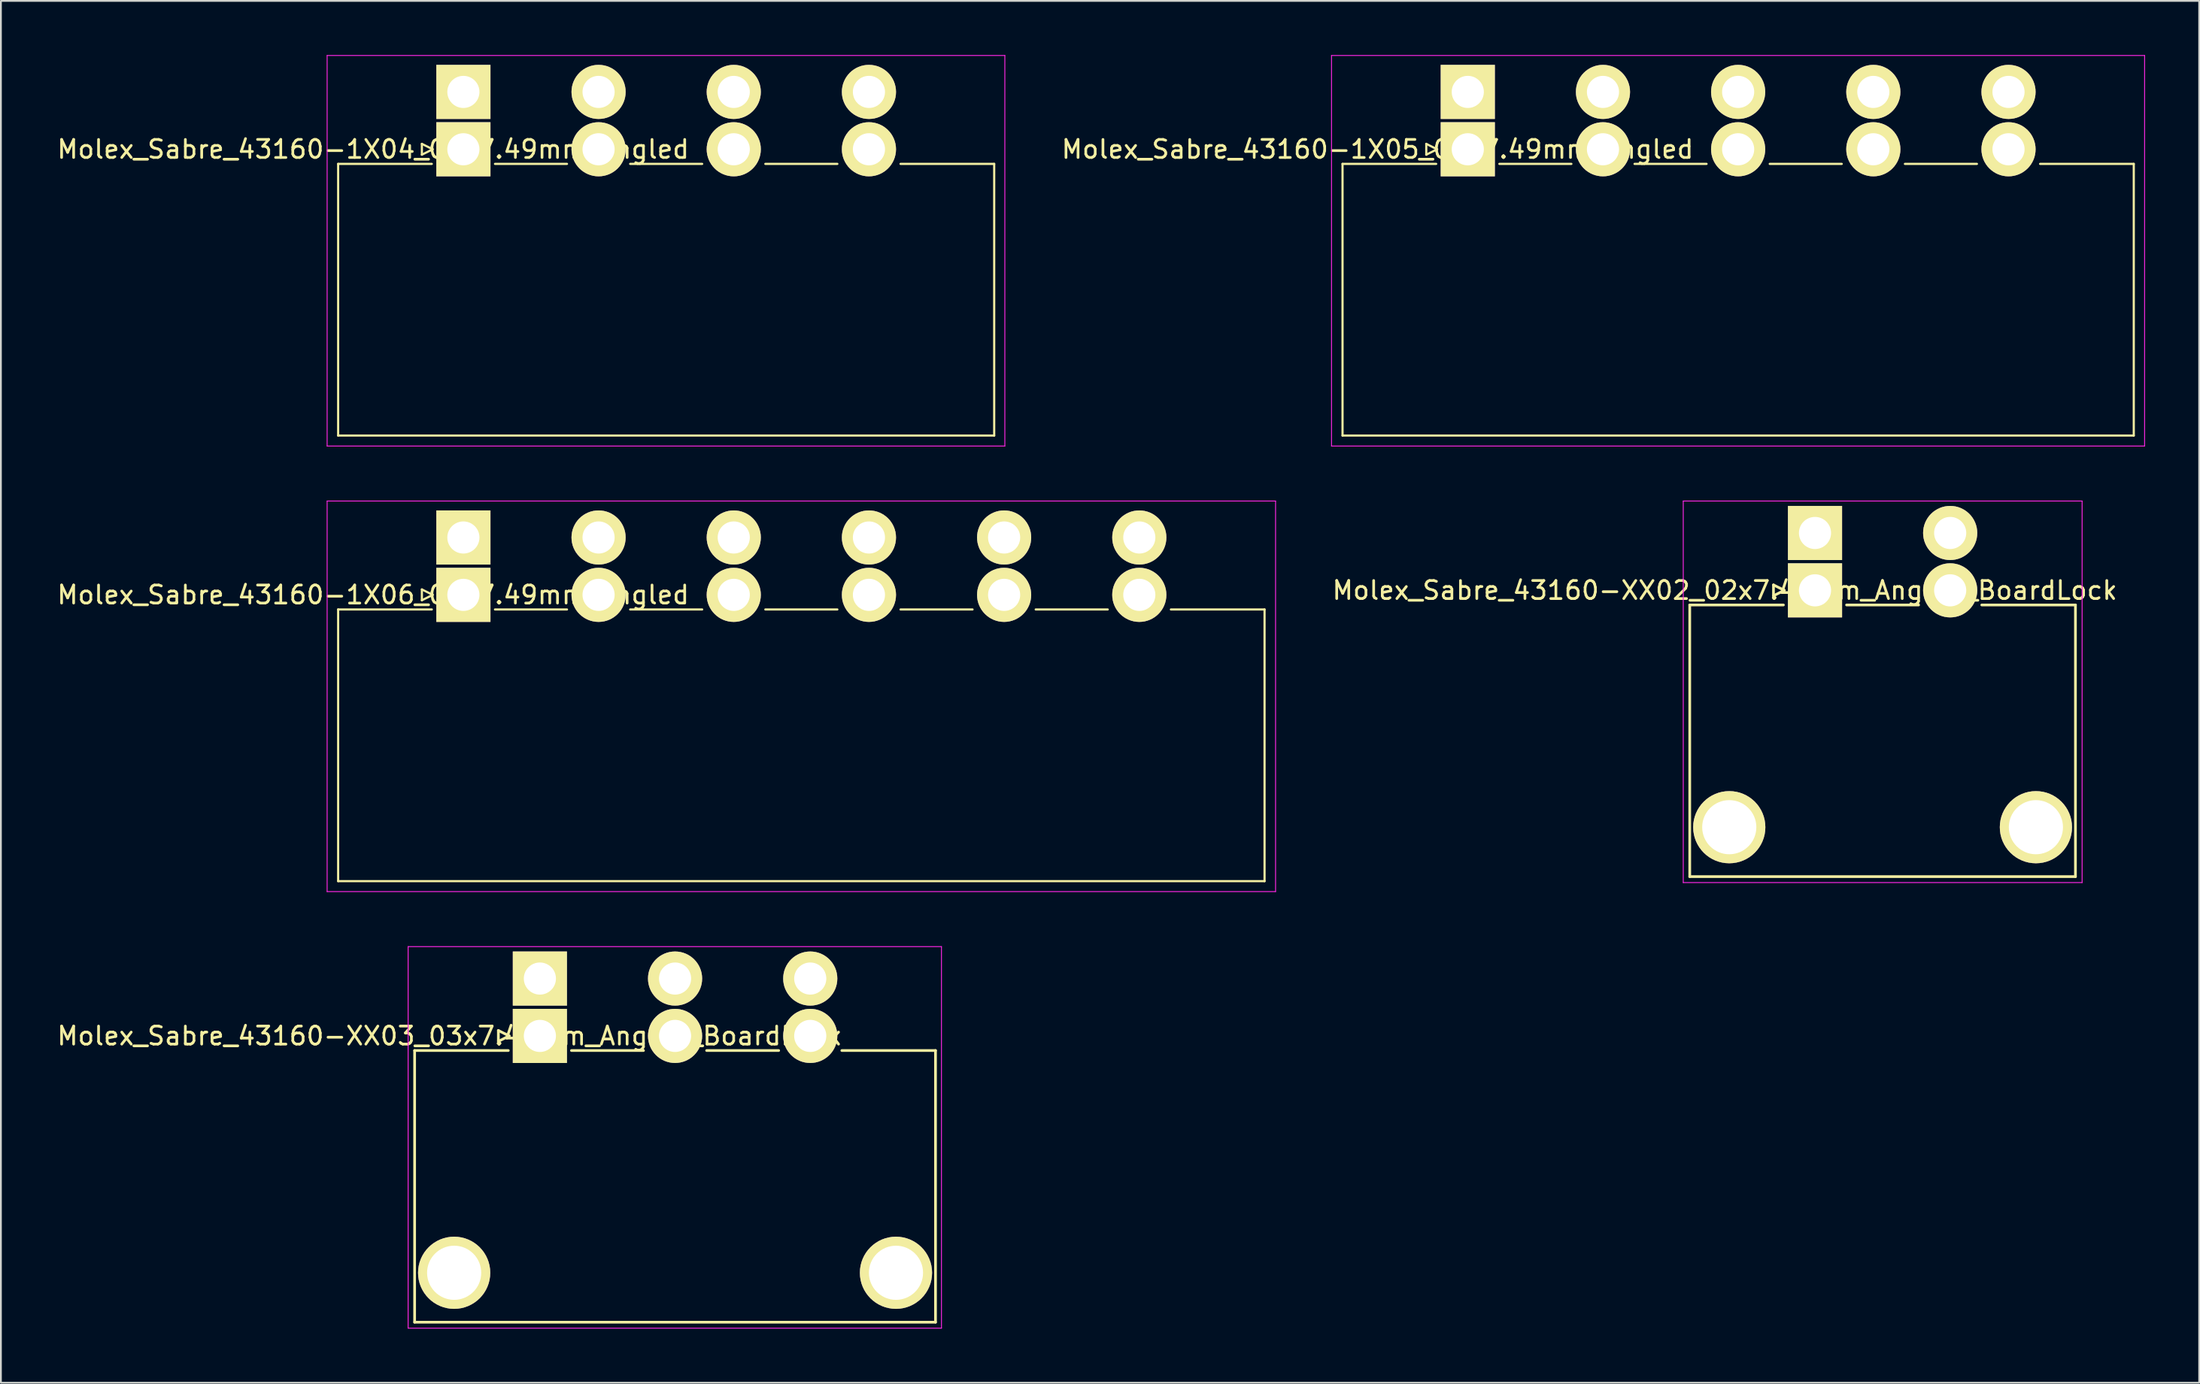
<source format=kicad_pcb>
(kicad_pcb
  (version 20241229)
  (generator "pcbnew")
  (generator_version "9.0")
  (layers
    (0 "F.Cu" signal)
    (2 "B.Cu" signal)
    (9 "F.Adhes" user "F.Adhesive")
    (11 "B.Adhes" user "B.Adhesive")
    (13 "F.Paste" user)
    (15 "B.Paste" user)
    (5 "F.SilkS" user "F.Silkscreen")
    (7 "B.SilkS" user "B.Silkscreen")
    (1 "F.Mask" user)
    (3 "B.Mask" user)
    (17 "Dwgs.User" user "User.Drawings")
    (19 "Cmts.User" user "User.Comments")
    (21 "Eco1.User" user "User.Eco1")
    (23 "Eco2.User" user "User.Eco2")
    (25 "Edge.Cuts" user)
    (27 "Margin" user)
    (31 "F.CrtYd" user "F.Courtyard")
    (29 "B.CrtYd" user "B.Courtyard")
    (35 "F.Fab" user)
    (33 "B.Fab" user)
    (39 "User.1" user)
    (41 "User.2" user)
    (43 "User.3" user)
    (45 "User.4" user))
  (footprint "Molex_Sabre_43160-1X06_06x7.49mm_Angled"
    (layer "F.Cu")
    (at 22.625 29.925)
    (property "Reference" "Molex_Sabre_43160-1X06_06x7.49mm_Angled" (at -5 0 0) (layer "F.SilkS") (effects (font (size 1 1) (thickness 0.15))))
    (attr through_hole)
    (fp_line (start -6.94 0.81) (end -6.94 15.87) (stroke (width 0.12) (type solid)) (layer "F.SilkS"))
    (fp_line (start -6.94 0.81) (end -1.75 0.81) (stroke (width 0.12) (type solid)) (layer "F.SilkS"))
    (fp_line (start -6.94 15.87) (end 44.39 15.87) (stroke (width 0.12) (type solid)) (layer "F.SilkS"))
    (fp_line (start -2.3 -0.3) (end -1.7 0) (stroke (width 0.12) (type solid)) (layer "F.SilkS"))
    (fp_line (start -2.3 0.3) (end -2.3 -0.3) (stroke (width 0.12) (type solid)) (layer "F.SilkS"))
    (fp_line (start -1.7 0) (end -2.3 0.3) (stroke (width 0.12) (type solid)) (layer "F.SilkS"))
    (fp_line (start 1.75 0.81) (end 5.74 0.81) (stroke (width 0.12) (type solid)) (layer "F.SilkS"))
    (fp_line (start 9.24 0.81) (end 13.23 0.81) (stroke (width 0.12) (type solid)) (layer "F.SilkS"))
    (fp_line (start 16.73 0.81) (end 20.72 0.81) (stroke (width 0.12) (type solid)) (layer "F.SilkS"))
    (fp_line (start 24.22 0.81) (end 28.21 0.81) (stroke (width 0.12) (type solid)) (layer "F.SilkS"))
    (fp_line (start 31.71 0.81) (end 35.7 0.81) (stroke (width 0.12) (type solid)) (layer "F.SilkS"))
    (fp_line (start 39.2 0.81) (end 44.39 0.81) (stroke (width 0.12) (type solid)) (layer "F.SilkS"))
    (fp_line (start 44.39 15.87) (end 44.39 0.81) (stroke (width 0.12) (type solid)) (layer "F.SilkS"))
    (fp_line (start -7.55 -5.2) (end -7.55 16.45) (stroke (width 0.05) (type solid)) (layer "F.CrtYd"))
    (fp_line (start -7.55 16.45) (end 45 16.45) (stroke (width 0.05) (type solid)) (layer "F.CrtYd"))
    (fp_line (start 45 -5.2) (end -7.55 -5.2) (stroke (width 0.05) (type solid)) (layer "F.CrtYd"))
    (fp_line (start 45 16.45) (end 45 -5.2) (stroke (width 0.05) (type solid)) (layer "F.CrtYd"))
    (pad "1" thru_hole rect (at 0 -3.18) (size 3 3) (drill 1.78) (layers "*.Cu" "*.Mask" "F.SilkS"))
    (pad "1" thru_hole rect (at 0 0) (size 3 3) (drill 1.78) (layers "*.Cu" "*.Mask" "F.SilkS"))
    (pad "2" thru_hole circle (at 7.49 -3.18) (size 3 3) (drill 1.78) (layers "*.Cu" "*.Mask" "F.SilkS"))
    (pad "2" thru_hole circle (at 7.49 0) (size 3 3) (drill 1.78) (layers "*.Cu" "*.Mask" "F.SilkS"))
    (pad "3" thru_hole circle (at 14.98 -3.18) (size 3 3) (drill 1.78) (layers "*.Cu" "*.Mask" "F.SilkS"))
    (pad "3" thru_hole circle (at 14.98 0) (size 3 3) (drill 1.78) (layers "*.Cu" "*.Mask" "F.SilkS"))
    (pad "4" thru_hole circle (at 22.47 -3.18) (size 3 3) (drill 1.78) (layers "*.Cu" "*.Mask" "F.SilkS"))
    (pad "4" thru_hole circle (at 22.47 0) (size 3 3) (drill 1.78) (layers "*.Cu" "*.Mask" "F.SilkS"))
    (pad "5" thru_hole circle (at 29.96 -3.18) (size 3 3) (drill 1.78) (layers "*.Cu" "*.Mask" "F.SilkS"))
    (pad "5" thru_hole circle (at 29.96 0) (size 3 3) (drill 1.78) (layers "*.Cu" "*.Mask" "F.SilkS"))
    (pad "6" thru_hole circle (at 37.45 -3.18) (size 3 3) (drill 1.78) (layers "*.Cu" "*.Mask" "F.SilkS"))
    (pad "6" thru_hole circle (at 37.45 0) (size 3 3) (drill 1.78) (layers "*.Cu" "*.Mask" "F.SilkS")))
  (footprint "Molex_Sabre_43160-XX02_02x7.49mm_Angled_BoardLock"
    (layer "F.Cu")
    (at 97.513 29.675)
    (property "Reference" "Molex_Sabre_43160-XX02_02x7.49mm_Angled_BoardLock" (at -5 0 0) (layer "F.SilkS") (effects (font (size 1 1) (thickness 0.15))))
    (attr through_hole)
    (fp_line (start -6.94 0.81) (end -6.94 15.87) (stroke (width 0.15) (type solid)) (layer "F.SilkS"))
    (fp_line (start -6.94 0.81) (end -1.75 0.81) (stroke (width 0.15) (type solid)) (layer "F.SilkS"))
    (fp_line (start -6.94 15.87) (end 14.43 15.87) (stroke (width 0.15) (type solid)) (layer "F.SilkS"))
    (fp_line (start -2.3 -0.3) (end -1.7 0) (stroke (width 0.15) (type solid)) (layer "F.SilkS"))
    (fp_line (start -2.3 0.3) (end -2.3 -0.3) (stroke (width 0.15) (type solid)) (layer "F.SilkS"))
    (fp_line (start -1.7 0) (end -2.3 0.3) (stroke (width 0.15) (type solid)) (layer "F.SilkS"))
    (fp_line (start 1.75 0.81) (end 5.74 0.81) (stroke (width 0.15) (type solid)) (layer "F.SilkS"))
    (fp_line (start 9.24 0.81) (end 14.43 0.81) (stroke (width 0.15) (type solid)) (layer "F.SilkS"))
    (fp_line (start 14.43 15.87) (end 14.43 0.81) (stroke (width 0.15) (type solid)) (layer "F.SilkS"))
    (fp_line (start -7.3 -4.95) (end -7.3 16.2) (stroke (width 0.05) (type solid)) (layer "F.CrtYd"))
    (fp_line (start -7.3 16.2) (end 14.8 16.2) (stroke (width 0.05) (type solid)) (layer "F.CrtYd"))
    (fp_line (start 14.8 -4.95) (end -7.3 -4.95) (stroke (width 0.05) (type solid)) (layer "F.CrtYd"))
    (fp_line (start 14.8 16.2) (end 14.8 -4.95) (stroke (width 0.05) (type solid)) (layer "F.CrtYd"))
    (pad "" np_thru_hole circle (at -4.75 13.13) (size 4 4) (drill 3) (layers "*.Cu" "*.Mask" "F.SilkS"))
    (pad "" np_thru_hole circle (at 12.24 13.13) (size 4 4) (drill 3) (layers "*.Cu" "*.Mask" "F.SilkS"))
    (pad "1" thru_hole rect (at 0 -3.18) (size 3 3) (drill 1.78) (layers "*.Cu" "*.Mask" "F.SilkS"))
    (pad "1" thru_hole rect (at 0 0) (size 3 3) (drill 1.78) (layers "*.Cu" "*.Mask" "F.SilkS"))
    (pad "2" thru_hole circle (at 7.49 -3.18) (size 3 3) (drill 1.78) (layers "*.Cu" "*.Mask" "F.SilkS"))
    (pad "2" thru_hole circle (at 7.49 0) (size 3 3) (drill 1.78) (layers "*.Cu" "*.Mask" "F.SilkS")))
  (footprint "Molex_Sabre_43160-1X05_05x7.49mm_Angled"
    (layer "F.Cu")
    (at 78.275 5.225)
    (property "Reference" "Molex_Sabre_43160-1X05_05x7.49mm_Angled" (at -5 0 0) (layer "F.SilkS") (effects (font (size 1 1) (thickness 0.15))))
    (attr through_hole)
    (fp_line (start -6.94 0.81) (end -6.94 15.87) (stroke (width 0.12) (type solid)) (layer "F.SilkS"))
    (fp_line (start -6.94 0.81) (end -1.75 0.81) (stroke (width 0.12) (type solid)) (layer "F.SilkS"))
    (fp_line (start -6.94 15.87) (end 36.9 15.87) (stroke (width 0.12) (type solid)) (layer "F.SilkS"))
    (fp_line (start -2.3 -0.3) (end -1.7 0) (stroke (width 0.12) (type solid)) (layer "F.SilkS"))
    (fp_line (start -2.3 0.3) (end -2.3 -0.3) (stroke (width 0.12) (type solid)) (layer "F.SilkS"))
    (fp_line (start -1.7 0) (end -2.3 0.3) (stroke (width 0.12) (type solid)) (layer "F.SilkS"))
    (fp_line (start 1.75 0.81) (end 5.74 0.81) (stroke (width 0.12) (type solid)) (layer "F.SilkS"))
    (fp_line (start 9.24 0.81) (end 13.23 0.81) (stroke (width 0.12) (type solid)) (layer "F.SilkS"))
    (fp_line (start 16.73 0.81) (end 20.72 0.81) (stroke (width 0.12) (type solid)) (layer "F.SilkS"))
    (fp_line (start 24.22 0.81) (end 28.21 0.81) (stroke (width 0.12) (type solid)) (layer "F.SilkS"))
    (fp_line (start 31.71 0.81) (end 36.9 0.81) (stroke (width 0.12) (type solid)) (layer "F.SilkS"))
    (fp_line (start 36.9 15.87) (end 36.9 0.81) (stroke (width 0.12) (type solid)) (layer "F.SilkS"))
    (fp_line (start -7.55 -5.2) (end -7.55 16.45) (stroke (width 0.05) (type solid)) (layer "F.CrtYd"))
    (fp_line (start -7.55 16.45) (end 37.5 16.45) (stroke (width 0.05) (type solid)) (layer "F.CrtYd"))
    (fp_line (start 37.5 -5.2) (end -7.55 -5.2) (stroke (width 0.05) (type solid)) (layer "F.CrtYd"))
    (fp_line (start 37.5 16.45) (end 37.5 -5.2) (stroke (width 0.05) (type solid)) (layer "F.CrtYd"))
    (pad "1" thru_hole rect (at 0 -3.18) (size 3 3) (drill 1.78) (layers "*.Cu" "*.Mask" "F.SilkS"))
    (pad "1" thru_hole rect (at 0 0) (size 3 3) (drill 1.78) (layers "*.Cu" "*.Mask" "F.SilkS"))
    (pad "2" thru_hole circle (at 7.49 -3.18) (size 3 3) (drill 1.78) (layers "*.Cu" "*.Mask" "F.SilkS"))
    (pad "2" thru_hole circle (at 7.49 0) (size 3 3) (drill 1.78) (layers "*.Cu" "*.Mask" "F.SilkS"))
    (pad "3" thru_hole circle (at 14.98 -3.18) (size 3 3) (drill 1.78) (layers "*.Cu" "*.Mask" "F.SilkS"))
    (pad "3" thru_hole circle (at 14.98 0) (size 3 3) (drill 1.78) (layers "*.Cu" "*.Mask" "F.SilkS"))
    (pad "4" thru_hole circle (at 22.47 -3.18) (size 3 3) (drill 1.78) (layers "*.Cu" "*.Mask" "F.SilkS"))
    (pad "4" thru_hole circle (at 22.47 0) (size 3 3) (drill 1.78) (layers "*.Cu" "*.Mask" "F.SilkS"))
    (pad "5" thru_hole circle (at 29.96 -3.18) (size 3 3) (drill 1.78) (layers "*.Cu" "*.Mask" "F.SilkS"))
    (pad "5" thru_hole circle (at 29.96 0) (size 3 3) (drill 1.78) (layers "*.Cu" "*.Mask" "F.SilkS")))
  (footprint "Molex_Sabre_43160-XX03_03x7.49mm_Angled_BoardLock"
    (layer "F.Cu")
    (at 26.863 54.375)
    (property "Reference" "Molex_Sabre_43160-XX03_03x7.49mm_Angled_BoardLock" (at -5 0 0) (layer "F.SilkS") (effects (font (size 1 1) (thickness 0.15))))
    (attr through_hole)
    (fp_line (start -6.94 0.81) (end -6.94 15.87) (stroke (width 0.15) (type solid)) (layer "F.SilkS"))
    (fp_line (start -6.94 0.81) (end -1.75 0.81) (stroke (width 0.15) (type solid)) (layer "F.SilkS"))
    (fp_line (start -6.94 15.87) (end 21.92 15.87) (stroke (width 0.15) (type solid)) (layer "F.SilkS"))
    (fp_line (start -2.3 -0.3) (end -1.7 0) (stroke (width 0.15) (type solid)) (layer "F.SilkS"))
    (fp_line (start -2.3 0.3) (end -2.3 -0.3) (stroke (width 0.15) (type solid)) (layer "F.SilkS"))
    (fp_line (start -1.7 0) (end -2.3 0.3) (stroke (width 0.15) (type solid)) (layer "F.SilkS"))
    (fp_line (start 1.75 0.81) (end 5.74 0.81) (stroke (width 0.15) (type solid)) (layer "F.SilkS"))
    (fp_line (start 9.24 0.81) (end 13.23 0.81) (stroke (width 0.15) (type solid)) (layer "F.SilkS"))
    (fp_line (start 16.73 0.81) (end 21.92 0.81) (stroke (width 0.15) (type solid)) (layer "F.SilkS"))
    (fp_line (start 21.92 15.87) (end 21.92 0.81) (stroke (width 0.15) (type solid)) (layer "F.SilkS"))
    (fp_line (start -7.3 -4.95) (end -7.3 16.2) (stroke (width 0.05) (type solid)) (layer "F.CrtYd"))
    (fp_line (start -7.3 16.2) (end 22.25 16.2) (stroke (width 0.05) (type solid)) (layer "F.CrtYd"))
    (fp_line (start 22.25 -4.95) (end -7.3 -4.95) (stroke (width 0.05) (type solid)) (layer "F.CrtYd"))
    (fp_line (start 22.25 16.2) (end 22.25 -4.95) (stroke (width 0.05) (type solid)) (layer "F.CrtYd"))
    (pad "" np_thru_hole circle (at -4.75 13.13) (size 4 4) (drill 3) (layers "*.Cu" "*.Mask" "F.SilkS"))
    (pad "" np_thru_hole circle (at 19.73 13.13) (size 4 4) (drill 3) (layers "*.Cu" "*.Mask" "F.SilkS"))
    (pad "1" thru_hole rect (at 0 -3.18) (size 3 3) (drill 1.78) (layers "*.Cu" "*.Mask" "F.SilkS"))
    (pad "1" thru_hole rect (at 0 0) (size 3 3) (drill 1.78) (layers "*.Cu" "*.Mask" "F.SilkS"))
    (pad "2" thru_hole circle (at 7.49 -3.18) (size 3 3) (drill 1.78) (layers "*.Cu" "*.Mask" "F.SilkS"))
    (pad "2" thru_hole circle (at 7.49 0) (size 3 3) (drill 1.78) (layers "*.Cu" "*.Mask" "F.SilkS"))
    (pad "3" thru_hole circle (at 14.98 -3.18) (size 3 3) (drill 1.78) (layers "*.Cu" "*.Mask" "F.SilkS"))
    (pad "3" thru_hole circle (at 14.98 0) (size 3 3) (drill 1.78) (layers "*.Cu" "*.Mask" "F.SilkS")))
  (footprint "Molex_Sabre_43160-1X04_04x7.49mm_Angled"
    (layer "F.Cu")
    (at 22.625 5.225)
    (property "Reference" "Molex_Sabre_43160-1X04_04x7.49mm_Angled" (at -5 0 0) (layer "F.SilkS") (effects (font (size 1 1) (thickness 0.15))))
    (attr through_hole)
    (fp_line (start -6.94 0.81) (end -6.94 15.87) (stroke (width 0.12) (type solid)) (layer "F.SilkS"))
    (fp_line (start -6.94 0.81) (end -1.75 0.81) (stroke (width 0.12) (type solid)) (layer "F.SilkS"))
    (fp_line (start -6.94 15.87) (end 29.41 15.87) (stroke (width 0.12) (type solid)) (layer "F.SilkS"))
    (fp_line (start -2.3 -0.3) (end -1.7 0) (stroke (width 0.12) (type solid)) (layer "F.SilkS"))
    (fp_line (start -2.3 0.3) (end -2.3 -0.3) (stroke (width 0.12) (type solid)) (layer "F.SilkS"))
    (fp_line (start -1.7 0) (end -2.3 0.3) (stroke (width 0.12) (type solid)) (layer "F.SilkS"))
    (fp_line (start 1.75 0.81) (end 5.74 0.81) (stroke (width 0.12) (type solid)) (layer "F.SilkS"))
    (fp_line (start 9.24 0.81) (end 13.23 0.81) (stroke (width 0.12) (type solid)) (layer "F.SilkS"))
    (fp_line (start 16.73 0.81) (end 20.72 0.81) (stroke (width 0.12) (type solid)) (layer "F.SilkS"))
    (fp_line (start 24.22 0.81) (end 29.41 0.81) (stroke (width 0.12) (type solid)) (layer "F.SilkS"))
    (fp_line (start 29.41 15.87) (end 29.41 0.81) (stroke (width 0.12) (type solid)) (layer "F.SilkS"))
    (fp_line (start -7.55 -5.2) (end -7.55 16.45) (stroke (width 0.05) (type solid)) (layer "F.CrtYd"))
    (fp_line (start -7.55 16.45) (end 30 16.45) (stroke (width 0.05) (type solid)) (layer "F.CrtYd"))
    (fp_line (start 30 -5.2) (end -7.55 -5.2) (stroke (width 0.05) (type solid)) (layer "F.CrtYd"))
    (fp_line (start 30 16.45) (end 30 -5.2) (stroke (width 0.05) (type solid)) (layer "F.CrtYd"))
    (pad "1" thru_hole rect (at 0 -3.18) (size 3 3) (drill 1.78) (layers "*.Cu" "*.Mask" "F.SilkS"))
    (pad "1" thru_hole rect (at 0 0) (size 3 3) (drill 1.78) (layers "*.Cu" "*.Mask" "F.SilkS"))
    (pad "2" thru_hole circle (at 7.49 -3.18) (size 3 3) (drill 1.78) (layers "*.Cu" "*.Mask" "F.SilkS"))
    (pad "2" thru_hole circle (at 7.49 0) (size 3 3) (drill 1.78) (layers "*.Cu" "*.Mask" "F.SilkS"))
    (pad "3" thru_hole circle (at 14.98 -3.18) (size 3 3) (drill 1.78) (layers "*.Cu" "*.Mask" "F.SilkS"))
    (pad "3" thru_hole circle (at 14.98 0) (size 3 3) (drill 1.78) (layers "*.Cu" "*.Mask" "F.SilkS"))
    (pad "4" thru_hole circle (at 22.47 -3.18) (size 3 3) (drill 1.78) (layers "*.Cu" "*.Mask" "F.SilkS"))
    (pad "4" thru_hole circle (at 22.47 0) (size 3 3) (drill 1.78) (layers "*.Cu" "*.Mask" "F.SilkS")))
  (gr_rect
    (start -3 -3)
    (end 118.8 73.6)
    (stroke (width 0.1) (type default))
    (fill no)
    (layer "Edge.Cuts")))
</source>
